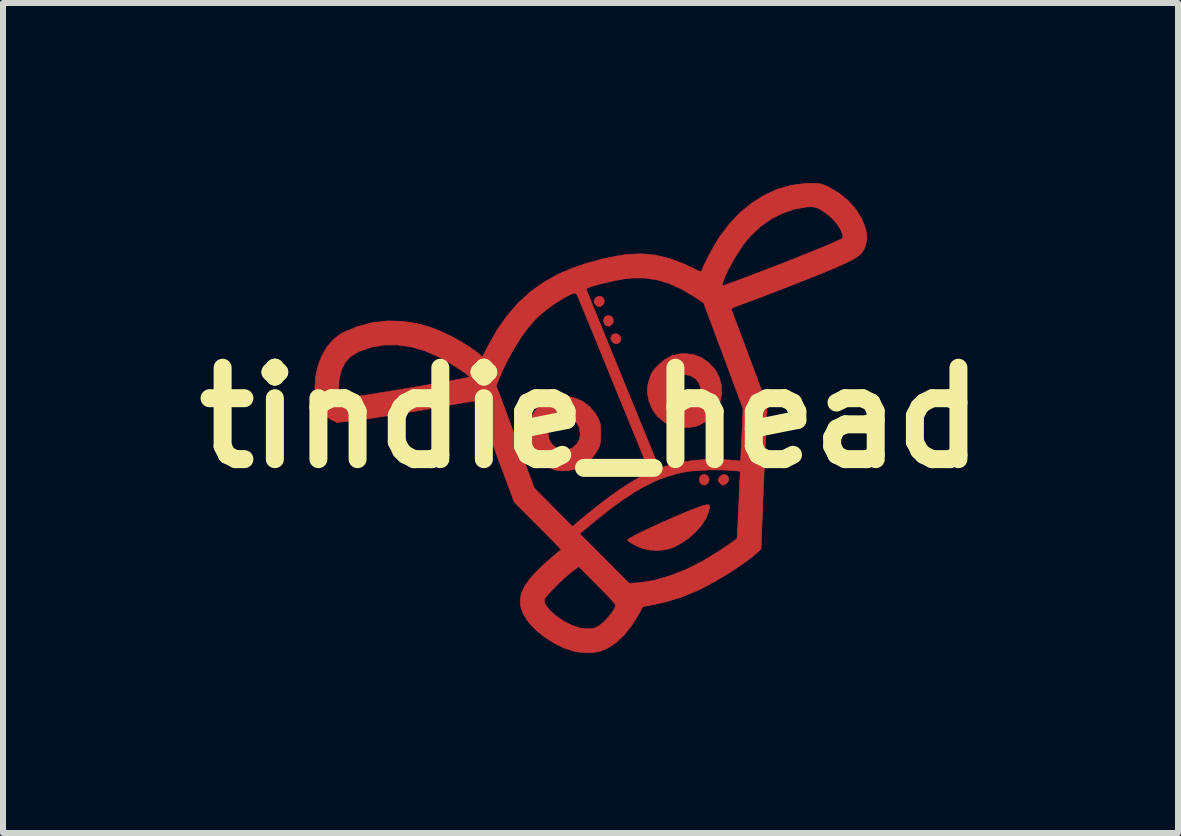
<source format=kicad_pcb>
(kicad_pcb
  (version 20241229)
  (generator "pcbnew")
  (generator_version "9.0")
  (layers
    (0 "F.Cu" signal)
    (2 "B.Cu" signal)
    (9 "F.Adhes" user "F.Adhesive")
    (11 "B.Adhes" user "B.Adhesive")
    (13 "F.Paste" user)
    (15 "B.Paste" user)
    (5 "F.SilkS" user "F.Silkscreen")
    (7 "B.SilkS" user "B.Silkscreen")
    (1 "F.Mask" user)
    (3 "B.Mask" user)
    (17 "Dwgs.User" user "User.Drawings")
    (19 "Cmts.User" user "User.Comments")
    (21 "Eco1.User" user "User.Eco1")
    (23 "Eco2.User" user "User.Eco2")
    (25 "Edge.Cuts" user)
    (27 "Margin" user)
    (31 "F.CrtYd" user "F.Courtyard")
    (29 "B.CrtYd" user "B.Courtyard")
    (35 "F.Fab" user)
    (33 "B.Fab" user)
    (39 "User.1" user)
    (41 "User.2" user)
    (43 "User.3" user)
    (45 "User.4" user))
  (footprint "tindie_head"
    (layer "F.Cu")
    (at 6.793 3.914)
    (property "Reference" "tindie_head" (at 0 0 0) (layer "F.SilkS") (effects (font (size 1.524 1.524) (thickness 0.3))))
    (attr through_hole)
    (fp_poly (pts (xy 0.179 -2.022) (xy 0.214 -1.996) (xy 0.231 -1.957) (xy 0.225 -1.911) (xy 0.208 -1.886) (xy 0.162 -1.855) (xy 0.116 -1.859) (xy 0.084 -1.884) (xy 0.057 -1.931) (xy 0.066 -1.976) (xy 0.09 -2.004) (xy 0.136 -2.027) (xy 0.179 -2.022)) (stroke (width 0.01) (type solid)) (fill yes) (layer "F.Cu"))
    (fp_poly (pts (xy 0.471 -1.385) (xy 0.501 -1.345) (xy 0.506 -1.297) (xy 0.486 -1.255) (xy 0.443 -1.235) (xy 0.395 -1.242) (xy 0.354 -1.276) (xy 0.353 -1.278) (xy 0.337 -1.327) (xy 0.349 -1.369) (xy 0.382 -1.397) (xy 0.427 -1.403) (xy 0.471 -1.385)) (stroke (width 0.01) (type solid)) (fill yes) (layer "F.Cu"))
    (fp_poly (pts (xy 0.347 -1.691) (xy 0.375 -1.654) (xy 0.381 -1.607) (xy 0.359 -1.56) (xy 0.352 -1.553) (xy 0.313 -1.527) (xy 0.27 -1.533) (xy 0.249 -1.544) (xy 0.226 -1.576) (xy 0.218 -1.623) (xy 0.229 -1.669) (xy 0.239 -1.684) (xy 0.275 -1.702) (xy 0.299 -1.705) (xy 0.347 -1.691)) (stroke (width 0.01) (type solid)) (fill yes) (layer "F.Cu"))
    (fp_poly (pts (xy 1.943 0.958) (xy 1.972 0.995) (xy 1.977 1.042) (xy 1.956 1.089) (xy 1.949 1.096) (xy 1.91 1.122) (xy 1.866 1.116) (xy 1.846 1.105) (xy 1.822 1.073) (xy 1.815 1.026) (xy 1.825 0.98) (xy 1.836 0.965) (xy 1.871 0.947) (xy 1.896 0.943) (xy 1.943 0.958)) (stroke (width 0.01) (type solid)) (fill yes) (layer "F.Cu"))
    (fp_poly (pts (xy 2.282 0.965) (xy 2.303 1.008) (xy 2.296 1.057) (xy 2.264 1.097) (xy 2.224 1.12) (xy 2.195 1.119) (xy 2.161 1.091) (xy 2.159 1.089) (xy 2.13 1.054) (xy 2.127 1.025) (xy 2.149 0.987) (xy 2.151 0.984) (xy 2.191 0.952) (xy 2.24 0.945) (xy 2.282 0.965)) (stroke (width 0.01) (type solid)) (fill yes) (layer "F.Cu"))
    (fp_poly (pts (xy 1.974 1.452) (xy 1.985 1.477) (xy 1.977 1.53) (xy 1.969 1.562) (xy 1.925 1.675) (xy 1.851 1.79) (xy 1.753 1.901) (xy 1.639 2.003) (xy 1.514 2.09) (xy 1.385 2.156) (xy 1.27 2.194) (xy 1.136 2.211) (xy 0.996 2.205) (xy 0.869 2.177) (xy 0.865 2.176) (xy 0.795 2.148) (xy 0.727 2.115) (xy 0.669 2.082) (xy 0.63 2.053) (xy 0.617 2.035) (xy 0.633 2.019) (xy 0.678 1.992) (xy 0.748 1.954) (xy 0.839 1.909) (xy 0.945 1.858) (xy 1.063 1.803) (xy 1.189 1.746) (xy 1.318 1.689) (xy 1.445 1.634) (xy 1.566 1.582) (xy 1.677 1.537) (xy 1.774 1.5) (xy 1.852 1.472) (xy 1.881 1.463) (xy 1.941 1.449) (xy 1.974 1.452)) (stroke (width 0.01) (type solid)) (fill yes) (layer "F.Cu"))
    (fp_poly (pts (xy 1.715 -1.054) (xy 1.849 -1.003) (xy 1.971 -0.918) (xy 1.982 -0.908) (xy 2.078 -0.802) (xy 2.142 -0.683) (xy 2.181 -0.546) (xy 2.188 -0.412) (xy 2.163 -0.279) (xy 2.109 -0.153) (xy 2.03 -0.04) (xy 1.93 0.054) (xy 1.811 0.123) (xy 1.778 0.136) (xy 1.705 0.153) (xy 1.611 0.16) (xy 1.512 0.16) (xy 1.421 0.151) (xy 1.356 0.136) (xy 1.226 0.069) (xy 1.116 -0.024) (xy 1.031 -0.141) (xy 0.974 -0.276) (xy 0.95 -0.395) (xy 0.947 -0.456) (xy 1.294 -0.456) (xy 1.313 -0.363) (xy 1.327 -0.332) (xy 1.385 -0.253) (xy 1.463 -0.202) (xy 1.552 -0.181) (xy 1.648 -0.192) (xy 1.698 -0.211) (xy 1.77 -0.263) (xy 1.817 -0.335) (xy 1.839 -0.418) (xy 1.835 -0.505) (xy 1.803 -0.587) (xy 1.751 -0.651) (xy 1.667 -0.702) (xy 1.577 -0.722) (xy 1.486 -0.709) (xy 1.403 -0.664) (xy 1.364 -0.627) (xy 1.311 -0.544) (xy 1.294 -0.456) (xy 0.947 -0.456) (xy 0.947 -0.472) (xy 0.955 -0.546) (xy 0.978 -0.635) (xy 0.979 -0.636) (xy 1.003 -0.708) (xy 1.03 -0.763) (xy 1.068 -0.814) (xy 1.125 -0.874) (xy 1.131 -0.88) (xy 1.241 -0.973) (xy 1.354 -1.034) (xy 1.477 -1.065) (xy 1.569 -1.07) (xy 1.715 -1.054)) (stroke (width 0.01) (type solid)) (fill yes) (layer "F.Cu"))
    (fp_poly (pts (xy -0.307 -0.343) (xy -0.248 -0.326) (xy -0.127 -0.271) (xy -0.016 -0.187) (xy 0.076 -0.081) (xy 0.122 -0.003) (xy 0.147 0.053) (xy 0.162 0.104) (xy 0.17 0.163) (xy 0.172 0.241) (xy 0.172 0.263) (xy 0.17 0.355) (xy 0.162 0.423) (xy 0.146 0.48) (xy 0.133 0.512) (xy 0.073 0.61) (xy -0.009 0.704) (xy -0.103 0.783) (xy -0.176 0.826) (xy -0.276 0.861) (xy -0.391 0.88) (xy -0.505 0.882) (xy -0.585 0.87) (xy -0.717 0.819) (xy -0.837 0.738) (xy -0.937 0.634) (xy -0.999 0.535) (xy -1.02 0.486) (xy -1.033 0.439) (xy -1.04 0.382) (xy -1.043 0.304) (xy -1.043 0.266) (xy -0.708 0.266) (xy -0.692 0.355) (xy -0.65 0.43) (xy -0.588 0.489) (xy -0.513 0.526) (xy -0.431 0.54) (xy -0.35 0.526) (xy -0.293 0.495) (xy -0.223 0.429) (xy -0.185 0.357) (xy -0.172 0.268) (xy -0.172 0.263) (xy -0.188 0.164) (xy -0.231 0.084) (xy -0.299 0.027) (xy -0.386 -0.003) (xy -0.432 -0.007) (xy -0.532 0.009) (xy -0.613 0.054) (xy -0.671 0.123) (xy -0.703 0.213) (xy -0.708 0.266) (xy -1.043 0.266) (xy -1.043 0.263) (xy -1.042 0.174) (xy -1.037 0.111) (xy -1.027 0.063) (xy -1.01 0.02) (xy -1 0) (xy -0.914 -0.131) (xy -0.813 -0.231) (xy -0.694 -0.302) (xy -0.595 -0.337) (xy -0.494 -0.357) (xy -0.403 -0.36) (xy -0.307 -0.343)) (stroke (width 0.01) (type solid)) (fill yes) (layer "F.Cu"))
    (fp_poly (pts (xy 3.742 -3.909) (xy 3.803 -3.905) (xy 3.853 -3.895) (xy 3.903 -3.877) (xy 3.968 -3.846) (xy 3.993 -3.834) (xy 4.153 -3.737) (xy 4.298 -3.616) (xy 4.421 -3.476) (xy 4.517 -3.324) (xy 4.57 -3.198) (xy 4.6 -3.084) (xy 4.606 -2.985) (xy 4.587 -2.886) (xy 4.579 -2.86) (xy 4.56 -2.812) (xy 4.535 -2.769) (xy 4.502 -2.73) (xy 4.456 -2.691) (xy 4.393 -2.651) (xy 4.312 -2.607) (xy 4.206 -2.558) (xy 4.075 -2.5) (xy 3.913 -2.432) (xy 3.907 -2.429) (xy 3.814 -2.391) (xy 3.696 -2.344) (xy 3.558 -2.29) (xy 3.407 -2.23) (xy 3.248 -2.168) (xy 3.087 -2.106) (xy 2.931 -2.046) (xy 2.785 -1.99) (xy 2.656 -1.942) (xy 2.549 -1.902) (xy 2.48 -1.877) (xy 2.409 -1.85) (xy 2.367 -1.83) (xy 2.35 -1.812) (xy 2.35 -1.798) (xy 2.359 -1.775) (xy 2.379 -1.722) (xy 2.409 -1.643) (xy 2.447 -1.539) (xy 2.494 -1.416) (xy 2.546 -1.277) (xy 2.603 -1.124) (xy 2.652 -0.993) (xy 2.942 -0.216) (xy 2.904 0.649) (xy 2.896 0.838) (xy 2.888 1.027) (xy 2.88 1.212) (xy 2.873 1.387) (xy 2.866 1.545) (xy 2.861 1.683) (xy 2.856 1.794) (xy 2.854 1.851) (xy 2.843 2.186) (xy 2.768 2.255) (xy 2.678 2.331) (xy 2.561 2.418) (xy 2.425 2.511) (xy 2.276 2.606) (xy 2.123 2.698) (xy 1.97 2.784) (xy 1.827 2.858) (xy 1.781 2.88) (xy 1.509 2.992) (xy 1.233 3.074) (xy 1.082 3.107) (xy 0.873 3.147) (xy 0.791 3.295) (xy 0.68 3.471) (xy 0.559 3.621) (xy 0.43 3.743) (xy 0.296 3.834) (xy 0.165 3.89) (xy 0.046 3.912) (xy -0.09 3.915) (xy -0.229 3.901) (xy -0.281 3.89) (xy -0.437 3.839) (xy -0.596 3.762) (xy -0.75 3.665) (xy -0.89 3.555) (xy -1.006 3.437) (xy -1.043 3.392) (xy -1.119 3.271) (xy -1.162 3.155) (xy -1.174 3.042) (xy -1.171 3.027) (xy -0.77 3.027) (xy -0.768 3.077) (xy -0.736 3.139) (xy -0.678 3.21) (xy -0.596 3.285) (xy -0.585 3.294) (xy -0.45 3.388) (xy -0.313 3.458) (xy -0.181 3.502) (xy -0.057 3.518) (xy 0.055 3.507) (xy 0.098 3.492) (xy 0.153 3.459) (xy 0.216 3.407) (xy 0.279 3.342) (xy 0.338 3.272) (xy 0.384 3.205) (xy 0.412 3.149) (xy 0.417 3.121) (xy 0.405 3.101) (xy 0.37 3.059) (xy 0.317 3) (xy 0.248 2.927) (xy 0.167 2.844) (xy 0.11 2.786) (xy -0.197 2.479) (xy -0.303 2.558) (xy -0.362 2.607) (xy -0.433 2.669) (xy -0.508 2.739) (xy -0.582 2.812) (xy -0.651 2.882) (xy -0.709 2.945) (xy -0.75 2.995) (xy -0.77 3.026) (xy -0.77 3.027) (xy -1.171 3.027) (xy -1.153 2.927) (xy -1.099 2.81) (xy -1.011 2.685) (xy -0.931 2.595) (xy -0.854 2.516) (xy -0.759 2.427) (xy -0.657 2.337) (xy -0.56 2.255) (xy -0.491 2.2) (xy -0.501 2.186) (xy -0.534 2.15) (xy -0.587 2.094) (xy -0.656 2.023) (xy -0.739 1.938) (xy -0.745 1.932) (xy -0.18 1.932) (xy 0.232 2.346) (xy 0.644 2.76) (xy 0.789 2.749) (xy 0.884 2.738) (xy 0.99 2.722) (xy 1.079 2.704) (xy 1.34 2.628) (xy 1.603 2.523) (xy 1.872 2.387) (xy 2.148 2.218) (xy 2.191 2.19) (xy 2.273 2.134) (xy 2.344 2.085) (xy 2.399 2.047) (xy 2.432 2.023) (xy 2.439 2.016) (xy 2.441 2.005) (xy 2.444 1.978) (xy 2.447 1.933) (xy 2.451 1.866) (xy 2.456 1.777) (xy 2.461 1.661) (xy 2.468 1.518) (xy 2.476 1.344) (xy 2.485 1.138) (xy 2.491 1.004) (xy 2.496 0.892) (xy 2.383 0.88) (xy 2.273 0.872) (xy 2.142 0.869) (xy 2.001 0.869) (xy 1.861 0.874) (xy 1.732 0.882) (xy 1.626 0.893) (xy 1.601 0.897) (xy 1.424 0.935) (xy 1.251 0.987) (xy 1.078 1.054) (xy 0.903 1.14) (xy 0.721 1.245) (xy 0.529 1.373) (xy 0.322 1.524) (xy 0.098 1.702) (xy 0.035 1.754) (xy -0.18 1.932) (xy -0.745 1.932) (xy -0.832 1.844) (xy -0.876 1.8) (xy -1.27 1.406) (xy -1.358 1.17) (xy -1.386 1.095) (xy -1.425 0.992) (xy -1.471 0.867) (xy -1.524 0.727) (xy -1.579 0.577) (xy -1.636 0.424) (xy -1.669 0.336) (xy -1.721 0.196) (xy -1.77 0.067) (xy -1.813 -0.047) (xy -1.85 -0.142) (xy -1.878 -0.215) (xy -1.897 -0.261) (xy -1.904 -0.277) (xy -1.925 -0.278) (xy -1.975 -0.273) (xy -2.05 -0.262) (xy -2.143 -0.247) (xy -2.249 -0.228) (xy -2.254 -0.227) (xy -2.45 -0.192) (xy -2.655 -0.155) (xy -2.864 -0.119) (xy -3.071 -0.085) (xy -3.273 -0.052) (xy -3.462 -0.022) (xy -3.634 0.004) (xy -3.783 0.026) (xy -3.904 0.042) (xy -3.95 0.047) (xy -4.225 0.078) (xy -4.326 0.028) (xy -4.429 -0.041) (xy -4.507 -0.137) (xy -4.56 -0.259) (xy -4.589 -0.406) (xy -4.593 -0.487) (xy -4.198 -0.487) (xy -4.192 -0.414) (xy -4.178 -0.359) (xy -4.156 -0.33) (xy -4.145 -0.327) (xy -4.118 -0.329) (xy -4.063 -0.336) (xy -3.985 -0.346) (xy -3.893 -0.358) (xy -3.851 -0.364) (xy -3.752 -0.378) (xy -3.632 -0.396) (xy -3.496 -0.418) (xy -3.347 -0.442) (xy -3.19 -0.468) (xy -3.027 -0.495) (xy -2.864 -0.522) (xy -2.806 -0.533) (xy -1.573 -0.533) (xy -1.524 -0.407) (xy -1.507 -0.363) (xy -1.48 -0.289) (xy -1.442 -0.19) (xy -1.398 -0.069) (xy -1.347 0.068) (xy -1.291 0.217) (xy -1.233 0.374) (xy -1.207 0.445) (xy -0.938 1.17) (xy -0.62 1.491) (xy -0.301 1.813) (xy -0.21 1.734) (xy -0.161 1.694) (xy -0.092 1.637) (xy -0.012 1.572) (xy 0.072 1.504) (xy 0.091 1.489) (xy 0.295 1.332) (xy 0.495 1.19) (xy 0.684 1.068) (xy 0.822 0.989) (xy 0.895 0.948) (xy 0.941 0.919) (xy 0.965 0.897) (xy 0.971 0.878) (xy 0.97 0.867) (xy 0.96 0.843) (xy 0.939 0.789) (xy 0.907 0.709) (xy 0.865 0.607) (xy 0.816 0.486) (xy 0.761 0.351) (xy 0.701 0.204) (xy 0.678 0.148) (xy 0.606 -0.028) (xy 0.523 -0.229) (xy 0.434 -0.446) (xy 0.343 -0.671) (xy 0.252 -0.893) (xy 0.165 -1.105) (xy 0.087 -1.297) (xy 0.087 -1.297) (xy 0.023 -1.454) (xy -0.038 -1.601) (xy -0.093 -1.734) (xy -0.141 -1.85) (xy -0.181 -1.946) (xy -0.211 -2.018) (xy -0.231 -2.062) (xy -0.237 -2.075) (xy -0.264 -2.08) (xy -0.314 -2.064) (xy -0.382 -2.032) (xy -0.463 -1.987) (xy -0.553 -1.931) (xy -0.646 -1.868) (xy -0.738 -1.8) (xy -0.823 -1.731) (xy -0.896 -1.665) (xy -0.909 -1.653) (xy -1.029 -1.516) (xy -1.151 -1.351) (xy -1.27 -1.164) (xy -1.382 -0.962) (xy -1.483 -0.753) (xy -1.529 -0.643) (xy -1.573 -0.533) (xy -2.806 -0.533) (xy -2.705 -0.55) (xy -2.553 -0.576) (xy -2.412 -0.601) (xy -2.286 -0.624) (xy -2.18 -0.644) (xy -2.098 -0.66) (xy -2.043 -0.672) (xy -2.019 -0.678) (xy -2.019 -0.679) (xy -2.027 -0.693) (xy -2.062 -0.723) (xy -2.116 -0.763) (xy -2.186 -0.811) (xy -2.266 -0.863) (xy -2.349 -0.914) (xy -2.431 -0.963) (xy -2.506 -1.004) (xy -2.531 -1.017) (xy -2.764 -1.117) (xy -2.994 -1.183) (xy -3.22 -1.215) (xy -3.438 -1.213) (xy -3.649 -1.178) (xy -3.85 -1.108) (xy -3.901 -1.084) (xy -4.006 -1.016) (xy -4.086 -0.926) (xy -4.146 -0.809) (xy -4.167 -0.746) (xy -4.186 -0.661) (xy -4.196 -0.572) (xy -4.198 -0.487) (xy -4.593 -0.487) (xy -4.594 -0.508) (xy -4.58 -0.696) (xy -4.54 -0.873) (xy -4.477 -1.037) (xy -4.392 -1.181) (xy -4.288 -1.303) (xy -4.168 -1.396) (xy -4.12 -1.423) (xy -3.882 -1.522) (xy -3.636 -1.586) (xy -3.385 -1.615) (xy -3.128 -1.608) (xy -2.87 -1.566) (xy -2.666 -1.508) (xy -2.501 -1.444) (xy -2.327 -1.362) (xy -2.154 -1.267) (xy -1.996 -1.167) (xy -1.875 -1.078) (xy -1.8 -1.017) (xy -1.714 -1.184) (xy -1.561 -1.457) (xy -1.395 -1.696) (xy -1.214 -1.906) (xy -1.016 -2.089) (xy -0.938 -2.146) (xy -0.073 -2.146) (xy -0.066 -2.128) (xy -0.046 -2.079) (xy -0.015 -2.002) (xy 0.027 -1.898) (xy 0.079 -1.77) (xy 0.139 -1.621) (xy 0.208 -1.454) (xy 0.283 -1.269) (xy 0.364 -1.071) (xy 0.45 -0.861) (xy 0.519 -0.692) (xy 0.608 -0.474) (xy 0.694 -0.265) (xy 0.775 -0.067) (xy 0.85 0.116) (xy 0.918 0.283) (xy 0.978 0.431) (xy 1.03 0.557) (xy 1.071 0.659) (xy 1.102 0.734) (xy 1.121 0.78) (xy 1.126 0.794) (xy 1.136 0.817) (xy 1.149 0.829) (xy 1.172 0.83) (xy 1.213 0.82) (xy 1.28 0.799) (xy 1.288 0.797) (xy 1.475 0.749) (xy 1.685 0.715) (xy 1.905 0.695) (xy 2.125 0.692) (xy 2.322 0.704) (xy 2.397 0.711) (xy 2.456 0.716) (xy 2.492 0.718) (xy 2.499 0.718) (xy 2.501 0.699) (xy 2.505 0.649) (xy 2.509 0.573) (xy 2.514 0.476) (xy 2.519 0.363) (xy 2.523 0.28) (xy 2.542 -0.154) (xy 2.322 -0.744) (xy 2.265 -0.899) (xy 2.206 -1.057) (xy 2.148 -1.212) (xy 2.094 -1.356) (xy 2.047 -1.484) (xy 2.008 -1.587) (xy 1.994 -1.624) (xy 1.886 -1.915) (xy 1.746 -2.009) (xy 1.528 -2.14) (xy 1.41 -2.194) (xy 2.191 -2.194) (xy 2.361 -2.256) (xy 2.43 -2.281) (xy 2.524 -2.317) (xy 2.637 -2.359) (xy 2.759 -2.405) (xy 2.884 -2.453) (xy 2.921 -2.467) (xy 3.088 -2.531) (xy 3.262 -2.599) (xy 3.435 -2.668) (xy 3.603 -2.735) (xy 3.759 -2.798) (xy 3.898 -2.856) (xy 4.013 -2.905) (xy 4.089 -2.938) (xy 4.152 -2.967) (xy 4.188 -2.988) (xy 4.204 -3.007) (xy 4.206 -3.03) (xy 4.202 -3.051) (xy 4.17 -3.137) (xy 4.112 -3.229) (xy 4.033 -3.319) (xy 3.94 -3.401) (xy 3.839 -3.468) (xy 3.82 -3.479) (xy 3.766 -3.503) (xy 3.72 -3.515) (xy 3.665 -3.518) (xy 3.601 -3.514) (xy 3.401 -3.479) (xy 3.203 -3.411) (xy 3.012 -3.314) (xy 2.834 -3.189) (xy 2.674 -3.039) (xy 2.597 -2.95) (xy 2.517 -2.842) (xy 2.438 -2.721) (xy 2.363 -2.596) (xy 2.297 -2.473) (xy 2.244 -2.36) (xy 2.209 -2.266) (xy 2.204 -2.245) (xy 2.191 -2.194) (xy 1.41 -2.194) (xy 1.316 -2.237) (xy 1.107 -2.3) (xy 0.898 -2.331) (xy 0.685 -2.329) (xy 0.56 -2.315) (xy 0.455 -2.296) (xy 0.346 -2.274) (xy 0.239 -2.249) (xy 0.139 -2.224) (xy 0.052 -2.199) (xy -0.016 -2.177) (xy -0.06 -2.158) (xy -0.073 -2.146) (xy -0.938 -2.146) (xy -0.799 -2.247) (xy -0.559 -2.383) (xy -0.515 -2.404) (xy -0.305 -2.493) (xy -0.07 -2.574) (xy 0.18 -2.642) (xy 0.434 -2.696) (xy 0.607 -2.723) (xy 0.841 -2.735) (xy 1.081 -2.712) (xy 1.325 -2.653) (xy 1.573 -2.558) (xy 1.701 -2.496) (xy 1.766 -2.464) (xy 1.816 -2.443) (xy 1.846 -2.436) (xy 1.851 -2.438) (xy 1.86 -2.47) (xy 1.884 -2.527) (xy 1.919 -2.602) (xy 1.964 -2.689) (xy 2.012 -2.78) (xy 2.063 -2.87) (xy 2.112 -2.953) (xy 2.149 -3.012) (xy 2.311 -3.228) (xy 2.491 -3.417) (xy 2.686 -3.578) (xy 2.893 -3.709) (xy 3.11 -3.808) (xy 3.336 -3.874) (xy 3.567 -3.906) (xy 3.657 -3.909) (xy 3.742 -3.909)) (stroke (width 0.01) (type solid)) (fill yes) (layer "F.Cu"))
    (fp_poly (pts (xy 0.179 -2.022) (xy 0.214 -1.996) (xy 0.231 -1.957) (xy 0.225 -1.911) (xy 0.208 -1.886) (xy 0.162 -1.855) (xy 0.116 -1.859) (xy 0.084 -1.884) (xy 0.057 -1.931) (xy 0.066 -1.976) (xy 0.09 -2.004) (xy 0.136 -2.027) (xy 0.179 -2.022)) (stroke (width 0.01) (type solid)) (fill yes) (layer "F.Mask"))
    (fp_poly (pts (xy 0.471 -1.385) (xy 0.501 -1.345) (xy 0.506 -1.297) (xy 0.486 -1.255) (xy 0.443 -1.235) (xy 0.395 -1.242) (xy 0.354 -1.276) (xy 0.353 -1.278) (xy 0.337 -1.327) (xy 0.349 -1.369) (xy 0.382 -1.397) (xy 0.427 -1.403) (xy 0.471 -1.385)) (stroke (width 0.01) (type solid)) (fill yes) (layer "F.Mask"))
    (fp_poly (pts (xy 0.347 -1.691) (xy 0.375 -1.654) (xy 0.381 -1.607) (xy 0.359 -1.56) (xy 0.352 -1.553) (xy 0.313 -1.527) (xy 0.27 -1.533) (xy 0.249 -1.544) (xy 0.226 -1.576) (xy 0.218 -1.623) (xy 0.229 -1.669) (xy 0.239 -1.684) (xy 0.275 -1.702) (xy 0.299 -1.705) (xy 0.347 -1.691)) (stroke (width 0.01) (type solid)) (fill yes) (layer "F.Mask"))
    (fp_poly (pts (xy 1.943 0.958) (xy 1.972 0.995) (xy 1.977 1.042) (xy 1.956 1.089) (xy 1.949 1.096) (xy 1.91 1.122) (xy 1.866 1.116) (xy 1.846 1.105) (xy 1.822 1.073) (xy 1.815 1.026) (xy 1.825 0.98) (xy 1.836 0.965) (xy 1.871 0.947) (xy 1.896 0.943) (xy 1.943 0.958)) (stroke (width 0.01) (type solid)) (fill yes) (layer "F.Mask"))
    (fp_poly (pts (xy 2.282 0.965) (xy 2.303 1.008) (xy 2.296 1.057) (xy 2.264 1.097) (xy 2.224 1.12) (xy 2.195 1.119) (xy 2.161 1.091) (xy 2.159 1.089) (xy 2.13 1.054) (xy 2.127 1.025) (xy 2.149 0.987) (xy 2.151 0.984) (xy 2.191 0.952) (xy 2.24 0.945) (xy 2.282 0.965)) (stroke (width 0.01) (type solid)) (fill yes) (layer "F.Mask"))
    (fp_poly (pts (xy 1.974 1.452) (xy 1.985 1.477) (xy 1.977 1.53) (xy 1.969 1.562) (xy 1.925 1.675) (xy 1.851 1.79) (xy 1.753 1.901) (xy 1.639 2.003) (xy 1.514 2.09) (xy 1.385 2.156) (xy 1.27 2.194) (xy 1.136 2.211) (xy 0.996 2.205) (xy 0.869 2.177) (xy 0.865 2.176) (xy 0.795 2.148) (xy 0.727 2.115) (xy 0.669 2.082) (xy 0.63 2.053) (xy 0.617 2.035) (xy 0.633 2.019) (xy 0.678 1.992) (xy 0.748 1.954) (xy 0.839 1.909) (xy 0.945 1.858) (xy 1.063 1.803) (xy 1.189 1.746) (xy 1.318 1.689) (xy 1.445 1.634) (xy 1.566 1.582) (xy 1.677 1.537) (xy 1.774 1.5) (xy 1.852 1.472) (xy 1.881 1.463) (xy 1.941 1.449) (xy 1.974 1.452)) (stroke (width 0.01) (type solid)) (fill yes) (layer "F.Mask"))
    (fp_poly (pts (xy 1.715 -1.054) (xy 1.849 -1.003) (xy 1.971 -0.918) (xy 1.982 -0.908) (xy 2.078 -0.802) (xy 2.142 -0.683) (xy 2.181 -0.546) (xy 2.188 -0.412) (xy 2.163 -0.279) (xy 2.109 -0.153) (xy 2.03 -0.04) (xy 1.93 0.054) (xy 1.811 0.123) (xy 1.778 0.136) (xy 1.705 0.153) (xy 1.611 0.16) (xy 1.512 0.16) (xy 1.421 0.151) (xy 1.356 0.136) (xy 1.226 0.069) (xy 1.116 -0.024) (xy 1.031 -0.141) (xy 0.974 -0.276) (xy 0.95 -0.395) (xy 0.947 -0.456) (xy 1.294 -0.456) (xy 1.313 -0.363) (xy 1.327 -0.332) (xy 1.385 -0.253) (xy 1.463 -0.202) (xy 1.552 -0.181) (xy 1.648 -0.192) (xy 1.698 -0.211) (xy 1.77 -0.263) (xy 1.817 -0.335) (xy 1.839 -0.418) (xy 1.835 -0.505) (xy 1.803 -0.587) (xy 1.751 -0.651) (xy 1.667 -0.702) (xy 1.577 -0.722) (xy 1.486 -0.709) (xy 1.403 -0.664) (xy 1.364 -0.627) (xy 1.311 -0.544) (xy 1.294 -0.456) (xy 0.947 -0.456) (xy 0.947 -0.472) (xy 0.955 -0.546) (xy 0.978 -0.635) (xy 0.979 -0.636) (xy 1.003 -0.708) (xy 1.03 -0.763) (xy 1.068 -0.814) (xy 1.125 -0.874) (xy 1.131 -0.88) (xy 1.241 -0.973) (xy 1.354 -1.034) (xy 1.477 -1.065) (xy 1.569 -1.07) (xy 1.715 -1.054)) (stroke (width 0.01) (type solid)) (fill yes) (layer "F.Mask"))
    (fp_poly (pts (xy -0.307 -0.343) (xy -0.248 -0.326) (xy -0.127 -0.271) (xy -0.016 -0.187) (xy 0.076 -0.081) (xy 0.122 -0.003) (xy 0.147 0.053) (xy 0.162 0.104) (xy 0.17 0.163) (xy 0.172 0.241) (xy 0.172 0.263) (xy 0.17 0.355) (xy 0.162 0.423) (xy 0.146 0.48) (xy 0.133 0.512) (xy 0.073 0.61) (xy -0.009 0.704) (xy -0.103 0.783) (xy -0.176 0.826) (xy -0.276 0.861) (xy -0.391 0.88) (xy -0.505 0.882) (xy -0.585 0.87) (xy -0.717 0.819) (xy -0.837 0.738) (xy -0.937 0.634) (xy -0.999 0.535) (xy -1.02 0.486) (xy -1.033 0.439) (xy -1.04 0.382) (xy -1.043 0.304) (xy -1.043 0.266) (xy -0.708 0.266) (xy -0.692 0.355) (xy -0.65 0.43) (xy -0.588 0.489) (xy -0.513 0.526) (xy -0.431 0.54) (xy -0.35 0.526) (xy -0.293 0.495) (xy -0.223 0.429) (xy -0.185 0.357) (xy -0.172 0.268) (xy -0.172 0.263) (xy -0.188 0.164) (xy -0.231 0.084) (xy -0.299 0.027) (xy -0.386 -0.003) (xy -0.432 -0.007) (xy -0.532 0.009) (xy -0.613 0.054) (xy -0.671 0.123) (xy -0.703 0.213) (xy -0.708 0.266) (xy -1.043 0.266) (xy -1.043 0.263) (xy -1.042 0.174) (xy -1.037 0.111) (xy -1.027 0.063) (xy -1.01 0.02) (xy -1 0) (xy -0.914 -0.131) (xy -0.813 -0.231) (xy -0.694 -0.302) (xy -0.595 -0.337) (xy -0.494 -0.357) (xy -0.403 -0.36) (xy -0.307 -0.343)) (stroke (width 0.01) (type solid)) (fill yes) (layer "F.Mask"))
    (fp_poly (pts (xy 3.742 -3.909) (xy 3.803 -3.905) (xy 3.853 -3.895) (xy 3.903 -3.877) (xy 3.968 -3.846) (xy 3.993 -3.834) (xy 4.153 -3.737) (xy 4.298 -3.616) (xy 4.421 -3.476) (xy 4.517 -3.324) (xy 4.57 -3.198) (xy 4.6 -3.084) (xy 4.606 -2.985) (xy 4.587 -2.886) (xy 4.579 -2.86) (xy 4.56 -2.812) (xy 4.535 -2.769) (xy 4.502 -2.73) (xy 4.456 -2.691) (xy 4.393 -2.651) (xy 4.312 -2.607) (xy 4.206 -2.558) (xy 4.075 -2.5) (xy 3.913 -2.432) (xy 3.907 -2.429) (xy 3.814 -2.391) (xy 3.696 -2.344) (xy 3.558 -2.29) (xy 3.407 -2.23) (xy 3.248 -2.168) (xy 3.087 -2.106) (xy 2.931 -2.046) (xy 2.785 -1.99) (xy 2.656 -1.942) (xy 2.549 -1.902) (xy 2.48 -1.877) (xy 2.409 -1.85) (xy 2.367 -1.83) (xy 2.35 -1.812) (xy 2.35 -1.798) (xy 2.359 -1.775) (xy 2.379 -1.722) (xy 2.409 -1.643) (xy 2.447 -1.539) (xy 2.494 -1.416) (xy 2.546 -1.277) (xy 2.603 -1.124) (xy 2.652 -0.993) (xy 2.942 -0.216) (xy 2.904 0.649) (xy 2.896 0.838) (xy 2.888 1.027) (xy 2.88 1.212) (xy 2.873 1.387) (xy 2.866 1.545) (xy 2.861 1.683) (xy 2.856 1.794) (xy 2.854 1.851) (xy 2.843 2.186) (xy 2.768 2.255) (xy 2.678 2.331) (xy 2.561 2.418) (xy 2.425 2.511) (xy 2.276 2.606) (xy 2.123 2.698) (xy 1.97 2.784) (xy 1.827 2.858) (xy 1.781 2.88) (xy 1.509 2.992) (xy 1.233 3.074) (xy 1.082 3.107) (xy 0.873 3.147) (xy 0.791 3.295) (xy 0.68 3.471) (xy 0.559 3.621) (xy 0.43 3.743) (xy 0.296 3.834) (xy 0.165 3.89) (xy 0.046 3.912) (xy -0.09 3.915) (xy -0.229 3.901) (xy -0.281 3.89) (xy -0.437 3.839) (xy -0.596 3.762) (xy -0.75 3.665) (xy -0.89 3.555) (xy -1.006 3.437) (xy -1.043 3.392) (xy -1.119 3.271) (xy -1.162 3.155) (xy -1.174 3.042) (xy -1.171 3.027) (xy -0.77 3.027) (xy -0.768 3.077) (xy -0.736 3.139) (xy -0.678 3.21) (xy -0.596 3.285) (xy -0.585 3.294) (xy -0.45 3.388) (xy -0.313 3.458) (xy -0.181 3.502) (xy -0.057 3.518) (xy 0.055 3.507) (xy 0.098 3.492) (xy 0.153 3.459) (xy 0.216 3.407) (xy 0.279 3.342) (xy 0.338 3.272) (xy 0.384 3.205) (xy 0.412 3.149) (xy 0.417 3.121) (xy 0.405 3.101) (xy 0.37 3.059) (xy 0.317 3) (xy 0.248 2.927) (xy 0.167 2.844) (xy 0.11 2.786) (xy -0.197 2.479) (xy -0.303 2.558) (xy -0.362 2.607) (xy -0.433 2.669) (xy -0.508 2.739) (xy -0.582 2.812) (xy -0.651 2.882) (xy -0.709 2.945) (xy -0.75 2.995) (xy -0.77 3.026) (xy -0.77 3.027) (xy -1.171 3.027) (xy -1.153 2.927) (xy -1.099 2.81) (xy -1.011 2.685) (xy -0.931 2.595) (xy -0.854 2.516) (xy -0.759 2.427) (xy -0.657 2.337) (xy -0.56 2.255) (xy -0.491 2.2) (xy -0.501 2.186) (xy -0.534 2.15) (xy -0.587 2.094) (xy -0.656 2.023) (xy -0.739 1.938) (xy -0.745 1.932) (xy -0.18 1.932) (xy 0.232 2.346) (xy 0.644 2.76) (xy 0.789 2.749) (xy 0.884 2.738) (xy 0.99 2.722) (xy 1.079 2.704) (xy 1.34 2.628) (xy 1.603 2.523) (xy 1.872 2.387) (xy 2.148 2.218) (xy 2.191 2.19) (xy 2.273 2.134) (xy 2.344 2.085) (xy 2.399 2.047) (xy 2.432 2.023) (xy 2.439 2.016) (xy 2.441 2.005) (xy 2.444 1.978) (xy 2.447 1.933) (xy 2.451 1.866) (xy 2.456 1.777) (xy 2.461 1.661) (xy 2.468 1.518) (xy 2.476 1.344) (xy 2.485 1.138) (xy 2.491 1.004) (xy 2.496 0.892) (xy 2.383 0.88) (xy 2.273 0.872) (xy 2.142 0.869) (xy 2.001 0.869) (xy 1.861 0.874) (xy 1.732 0.882) (xy 1.626 0.893) (xy 1.601 0.897) (xy 1.424 0.935) (xy 1.251 0.987) (xy 1.078 1.054) (xy 0.903 1.14) (xy 0.721 1.245) (xy 0.529 1.373) (xy 0.322 1.524) (xy 0.098 1.702) (xy 0.035 1.754) (xy -0.18 1.932) (xy -0.745 1.932) (xy -0.832 1.844) (xy -0.876 1.8) (xy -1.27 1.406) (xy -1.358 1.17) (xy -1.386 1.095) (xy -1.425 0.992) (xy -1.471 0.867) (xy -1.524 0.727) (xy -1.579 0.577) (xy -1.636 0.424) (xy -1.669 0.336) (xy -1.721 0.196) (xy -1.77 0.067) (xy -1.813 -0.047) (xy -1.85 -0.142) (xy -1.878 -0.215) (xy -1.897 -0.261) (xy -1.904 -0.277) (xy -1.925 -0.278) (xy -1.975 -0.273) (xy -2.05 -0.262) (xy -2.143 -0.247) (xy -2.249 -0.228) (xy -2.254 -0.227) (xy -2.45 -0.192) (xy -2.655 -0.155) (xy -2.864 -0.119) (xy -3.071 -0.085) (xy -3.273 -0.052) (xy -3.462 -0.022) (xy -3.634 0.004) (xy -3.783 0.026) (xy -3.904 0.042) (xy -3.95 0.047) (xy -4.225 0.078) (xy -4.326 0.028) (xy -4.429 -0.041) (xy -4.507 -0.137) (xy -4.56 -0.259) (xy -4.589 -0.406) (xy -4.593 -0.487) (xy -4.198 -0.487) (xy -4.192 -0.414) (xy -4.178 -0.359) (xy -4.156 -0.33) (xy -4.145 -0.327) (xy -4.118 -0.329) (xy -4.063 -0.336) (xy -3.985 -0.346) (xy -3.893 -0.358) (xy -3.851 -0.364) (xy -3.752 -0.378) (xy -3.632 -0.396) (xy -3.496 -0.418) (xy -3.347 -0.442) (xy -3.19 -0.468) (xy -3.027 -0.495) (xy -2.864 -0.522) (xy -2.806 -0.533) (xy -1.573 -0.533) (xy -1.524 -0.407) (xy -1.507 -0.363) (xy -1.48 -0.289) (xy -1.442 -0.19) (xy -1.398 -0.069) (xy -1.347 0.068) (xy -1.291 0.217) (xy -1.233 0.374) (xy -1.207 0.445) (xy -0.938 1.17) (xy -0.62 1.491) (xy -0.301 1.813) (xy -0.21 1.734) (xy -0.161 1.694) (xy -0.092 1.637) (xy -0.012 1.572) (xy 0.072 1.504) (xy 0.091 1.489) (xy 0.295 1.332) (xy 0.495 1.19) (xy 0.684 1.068) (xy 0.822 0.989) (xy 0.895 0.948) (xy 0.941 0.919) (xy 0.965 0.897) (xy 0.971 0.878) (xy 0.97 0.867) (xy 0.96 0.843) (xy 0.939 0.789) (xy 0.907 0.709) (xy 0.865 0.607) (xy 0.816 0.486) (xy 0.761 0.351) (xy 0.701 0.204) (xy 0.678 0.148) (xy 0.606 -0.028) (xy 0.523 -0.229) (xy 0.434 -0.446) (xy 0.343 -0.671) (xy 0.252 -0.893) (xy 0.165 -1.105) (xy 0.087 -1.297) (xy 0.087 -1.297) (xy 0.023 -1.454) (xy -0.038 -1.601) (xy -0.093 -1.734) (xy -0.141 -1.85) (xy -0.181 -1.946) (xy -0.211 -2.018) (xy -0.231 -2.062) (xy -0.237 -2.075) (xy -0.264 -2.08) (xy -0.314 -2.064) (xy -0.382 -2.032) (xy -0.463 -1.987) (xy -0.553 -1.931) (xy -0.646 -1.868) (xy -0.738 -1.8) (xy -0.823 -1.731) (xy -0.896 -1.665) (xy -0.909 -1.653) (xy -1.029 -1.516) (xy -1.151 -1.351) (xy -1.27 -1.164) (xy -1.382 -0.962) (xy -1.483 -0.753) (xy -1.529 -0.643) (xy -1.573 -0.533) (xy -2.806 -0.533) (xy -2.705 -0.55) (xy -2.553 -0.576) (xy -2.412 -0.601) (xy -2.286 -0.624) (xy -2.18 -0.644) (xy -2.098 -0.66) (xy -2.043 -0.672) (xy -2.019 -0.678) (xy -2.019 -0.679) (xy -2.027 -0.693) (xy -2.062 -0.723) (xy -2.116 -0.763) (xy -2.186 -0.811) (xy -2.266 -0.863) (xy -2.349 -0.914) (xy -2.431 -0.963) (xy -2.506 -1.004) (xy -2.531 -1.017) (xy -2.764 -1.117) (xy -2.994 -1.183) (xy -3.22 -1.215) (xy -3.438 -1.213) (xy -3.649 -1.178) (xy -3.85 -1.108) (xy -3.901 -1.084) (xy -4.006 -1.016) (xy -4.086 -0.926) (xy -4.146 -0.809) (xy -4.167 -0.746) (xy -4.186 -0.661) (xy -4.196 -0.572) (xy -4.198 -0.487) (xy -4.593 -0.487) (xy -4.594 -0.508) (xy -4.58 -0.696) (xy -4.54 -0.873) (xy -4.477 -1.037) (xy -4.392 -1.181) (xy -4.288 -1.303) (xy -4.168 -1.396) (xy -4.12 -1.423) (xy -3.882 -1.522) (xy -3.636 -1.586) (xy -3.385 -1.615) (xy -3.128 -1.608) (xy -2.87 -1.566) (xy -2.666 -1.508) (xy -2.501 -1.444) (xy -2.327 -1.362) (xy -2.154 -1.267) (xy -1.996 -1.167) (xy -1.875 -1.078) (xy -1.8 -1.017) (xy -1.714 -1.184) (xy -1.561 -1.457) (xy -1.395 -1.696) (xy -1.214 -1.906) (xy -1.016 -2.089) (xy -0.938 -2.146) (xy -0.073 -2.146) (xy -0.066 -2.128) (xy -0.046 -2.079) (xy -0.015 -2.002) (xy 0.027 -1.898) (xy 0.079 -1.77) (xy 0.139 -1.621) (xy 0.208 -1.454) (xy 0.283 -1.269) (xy 0.364 -1.071) (xy 0.45 -0.861) (xy 0.519 -0.692) (xy 0.608 -0.474) (xy 0.694 -0.265) (xy 0.775 -0.067) (xy 0.85 0.116) (xy 0.918 0.283) (xy 0.978 0.431) (xy 1.03 0.557) (xy 1.071 0.659) (xy 1.102 0.734) (xy 1.121 0.78) (xy 1.126 0.794) (xy 1.136 0.817) (xy 1.149 0.829) (xy 1.172 0.83) (xy 1.213 0.82) (xy 1.28 0.799) (xy 1.288 0.797) (xy 1.475 0.749) (xy 1.685 0.715) (xy 1.905 0.695) (xy 2.125 0.692) (xy 2.322 0.704) (xy 2.397 0.711) (xy 2.456 0.716) (xy 2.492 0.718) (xy 2.499 0.718) (xy 2.501 0.699) (xy 2.505 0.649) (xy 2.509 0.573) (xy 2.514 0.476) (xy 2.519 0.363) (xy 2.523 0.28) (xy 2.542 -0.154) (xy 2.322 -0.744) (xy 2.265 -0.899) (xy 2.206 -1.057) (xy 2.148 -1.212) (xy 2.094 -1.356) (xy 2.047 -1.484) (xy 2.008 -1.587) (xy 1.994 -1.624) (xy 1.886 -1.915) (xy 1.746 -2.009) (xy 1.528 -2.14) (xy 1.41 -2.194) (xy 2.191 -2.194) (xy 2.361 -2.256) (xy 2.43 -2.281) (xy 2.524 -2.317) (xy 2.637 -2.359) (xy 2.759 -2.405) (xy 2.884 -2.453) (xy 2.921 -2.467) (xy 3.088 -2.531) (xy 3.262 -2.599) (xy 3.435 -2.668) (xy 3.603 -2.735) (xy 3.759 -2.798) (xy 3.898 -2.856) (xy 4.013 -2.905) (xy 4.089 -2.938) (xy 4.152 -2.967) (xy 4.188 -2.988) (xy 4.204 -3.007) (xy 4.206 -3.03) (xy 4.202 -3.051) (xy 4.17 -3.137) (xy 4.112 -3.229) (xy 4.033 -3.319) (xy 3.94 -3.401) (xy 3.839 -3.468) (xy 3.82 -3.479) (xy 3.766 -3.503) (xy 3.72 -3.515) (xy 3.665 -3.518) (xy 3.601 -3.514) (xy 3.401 -3.479) (xy 3.203 -3.411) (xy 3.012 -3.314) (xy 2.834 -3.189) (xy 2.674 -3.039) (xy 2.597 -2.95) (xy 2.517 -2.842) (xy 2.438 -2.721) (xy 2.363 -2.596) (xy 2.297 -2.473) (xy 2.244 -2.36) (xy 2.209 -2.266) (xy 2.204 -2.245) (xy 2.191 -2.194) (xy 1.41 -2.194) (xy 1.316 -2.237) (xy 1.107 -2.3) (xy 0.898 -2.331) (xy 0.685 -2.329) (xy 0.56 -2.315) (xy 0.455 -2.296) (xy 0.346 -2.274) (xy 0.239 -2.249) (xy 0.139 -2.224) (xy 0.052 -2.199) (xy -0.016 -2.177) (xy -0.06 -2.158) (xy -0.073 -2.146) (xy -0.938 -2.146) (xy -0.799 -2.247) (xy -0.559 -2.383) (xy -0.515 -2.404) (xy -0.305 -2.493) (xy -0.07 -2.574) (xy 0.18 -2.642) (xy 0.434 -2.696) (xy 0.607 -2.723) (xy 0.841 -2.735) (xy 1.081 -2.712) (xy 1.325 -2.653) (xy 1.573 -2.558) (xy 1.701 -2.496) (xy 1.766 -2.464) (xy 1.816 -2.443) (xy 1.846 -2.436) (xy 1.851 -2.438) (xy 1.86 -2.47) (xy 1.884 -2.527) (xy 1.919 -2.602) (xy 1.964 -2.689) (xy 2.012 -2.78) (xy 2.063 -2.87) (xy 2.112 -2.953) (xy 2.149 -3.012) (xy 2.311 -3.228) (xy 2.491 -3.417) (xy 2.686 -3.578) (xy 2.893 -3.709) (xy 3.11 -3.808) (xy 3.336 -3.874) (xy 3.567 -3.906) (xy 3.657 -3.909) (xy 3.742 -3.909)) (stroke (width 0.01) (type solid)) (fill yes) (layer "F.Mask")))
  (gr_rect
    (start -3 -3)
    (end 16.585 10.835)
    (stroke (width 0.1) (type default))
    (fill no)
    (layer "Edge.Cuts")))
</source>
